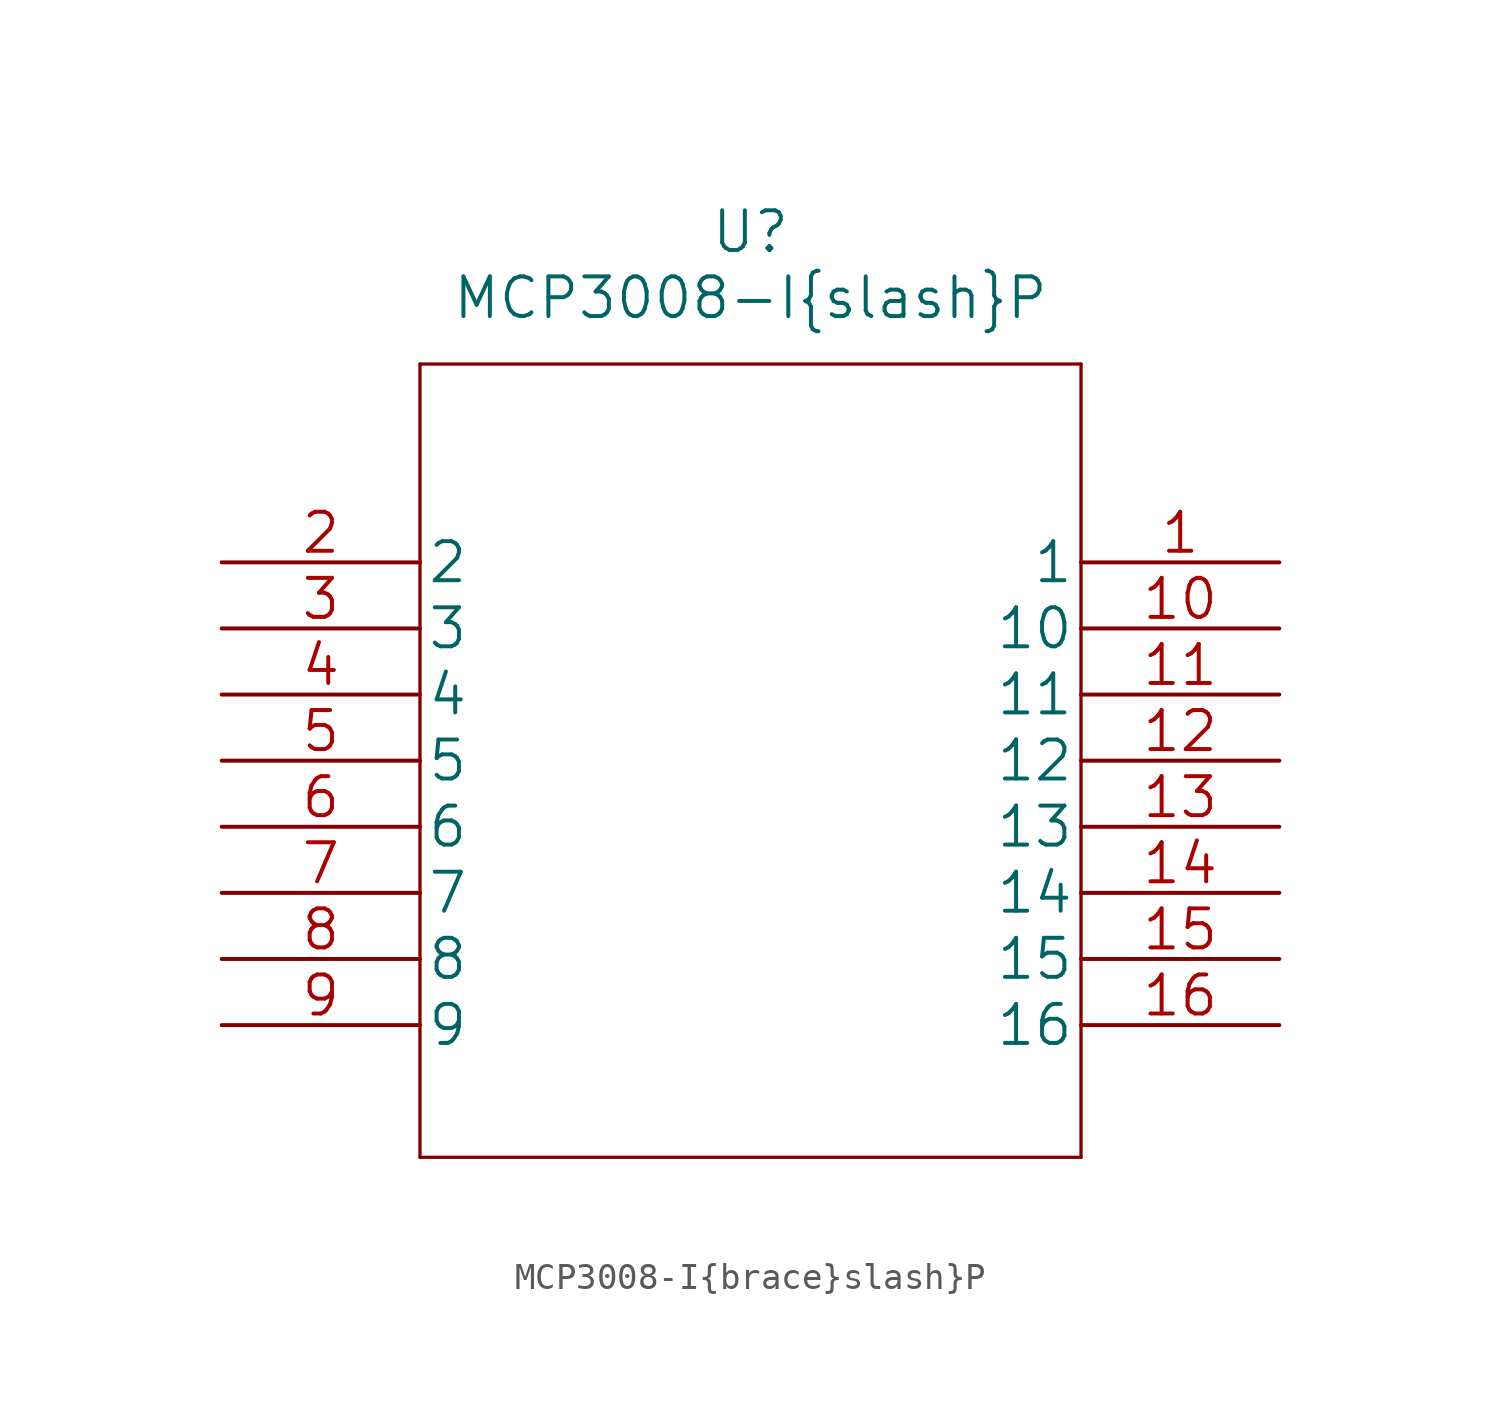
<source format=kicad_sym>
(kicad_symbol_lib
  (version 20211014)
  (generator kicad_symbol_editor)
  (symbol "MCP3008-I{brace}slash}P"
    (pin_names
      (offset 0.254))
    (property "Reference" "U"
      (at 20.32 12.7 0)
      (effects (font (size 1.524 1.524))))
    (property "Value" "MCP3008-I{brace}slash}P"
      (at 20.32 10.16 0)
      (effects (font (size 1.524 1.524))))
    (property "Datasheet" ""
      (at 0 0 0)
      (effects (font (size 1.524 1.524))))
    (property "ki_locked" ""
      (at 0 0 0)
      (effects (font (size 1.27 1.27))))
    (symbol "MCP3008-I{brace}slash}P_1_1"
      (polyline (pts (xy 7.62 -22.86) (xy 33.02 -22.86)) (stroke (width 0.127) (type default) (color 0 0 0 0)) (fill (type none)))
      (polyline (pts (xy 7.62 7.62) (xy 7.62 -22.86)) (stroke (width 0.127) (type default) (color 0 0 0 0)) (fill (type none)))
      (polyline (pts (xy 33.02 -22.86) (xy 33.02 7.62)) (stroke (width 0.127) (type default) (color 0 0 0 0)) (fill (type none)))
      (polyline (pts (xy 33.02 7.62) (xy 7.62 7.62)) (stroke (width 0.127) (type default) (color 0 0 0 0)) (fill (type none)))
      (pin unspecified line (at 40.64 0 180) (length 7.62) (name "1" (effects (font (size 1.499 1.499)))) (number "1" (effects (font (size 1.499 1.499)))))
      (pin unspecified line (at 40.64 -2.54 180) (length 7.62) (name "10" (effects (font (size 1.499 1.499)))) (number "10" (effects (font (size 1.499 1.499)))))
      (pin unspecified line (at 40.64 -5.08 180) (length 7.62) (name "11" (effects (font (size 1.499 1.499)))) (number "11" (effects (font (size 1.499 1.499)))))
      (pin unspecified line (at 40.64 -7.62 180) (length 7.62) (name "12" (effects (font (size 1.499 1.499)))) (number "12" (effects (font (size 1.499 1.499)))))
      (pin unspecified line (at 40.64 -10.16 180) (length 7.62) (name "13" (effects (font (size 1.499 1.499)))) (number "13" (effects (font (size 1.499 1.499)))))
      (pin unspecified line (at 40.64 -12.7 180) (length 7.62) (name "14" (effects (font (size 1.499 1.499)))) (number "14" (effects (font (size 1.499 1.499)))))
      (pin unspecified line (at 40.64 -15.24 180) (length 7.62) (name "15" (effects (font (size 1.499 1.499)))) (number "15" (effects (font (size 1.499 1.499)))))
      (pin unspecified line (at 40.64 -17.78 180) (length 7.62) (name "16" (effects (font (size 1.499 1.499)))) (number "16" (effects (font (size 1.499 1.499)))))
      (pin unspecified line (at 0 0 0) (length 7.62) (name "2" (effects (font (size 1.499 1.499)))) (number "2" (effects (font (size 1.499 1.499)))))
      (pin unspecified line (at 0 -2.54 0) (length 7.62) (name "3" (effects (font (size 1.499 1.499)))) (number "3" (effects (font (size 1.499 1.499)))))
      (pin unspecified line (at 0 -5.08 0) (length 7.62) (name "4" (effects (font (size 1.499 1.499)))) (number "4" (effects (font (size 1.499 1.499)))))
      (pin unspecified line (at 0 -7.62 0) (length 7.62) (name "5" (effects (font (size 1.499 1.499)))) (number "5" (effects (font (size 1.499 1.499)))))
      (pin unspecified line (at 0 -10.16 0) (length 7.62) (name "6" (effects (font (size 1.499 1.499)))) (number "6" (effects (font (size 1.499 1.499)))))
      (pin unspecified line (at 0 -12.7 0) (length 7.62) (name "7" (effects (font (size 1.499 1.499)))) (number "7" (effects (font (size 1.499 1.499)))))
      (pin unspecified line (at 0 -15.24 0) (length 7.62) (name "8" (effects (font (size 1.499 1.499)))) (number "8" (effects (font (size 1.499 1.499)))))
      (pin unspecified line (at 0 -17.78 0) (length 7.62) (name "9" (effects (font (size 1.499 1.499)))) (number "9" (effects (font (size 1.499 1.499))))))))
</source>
